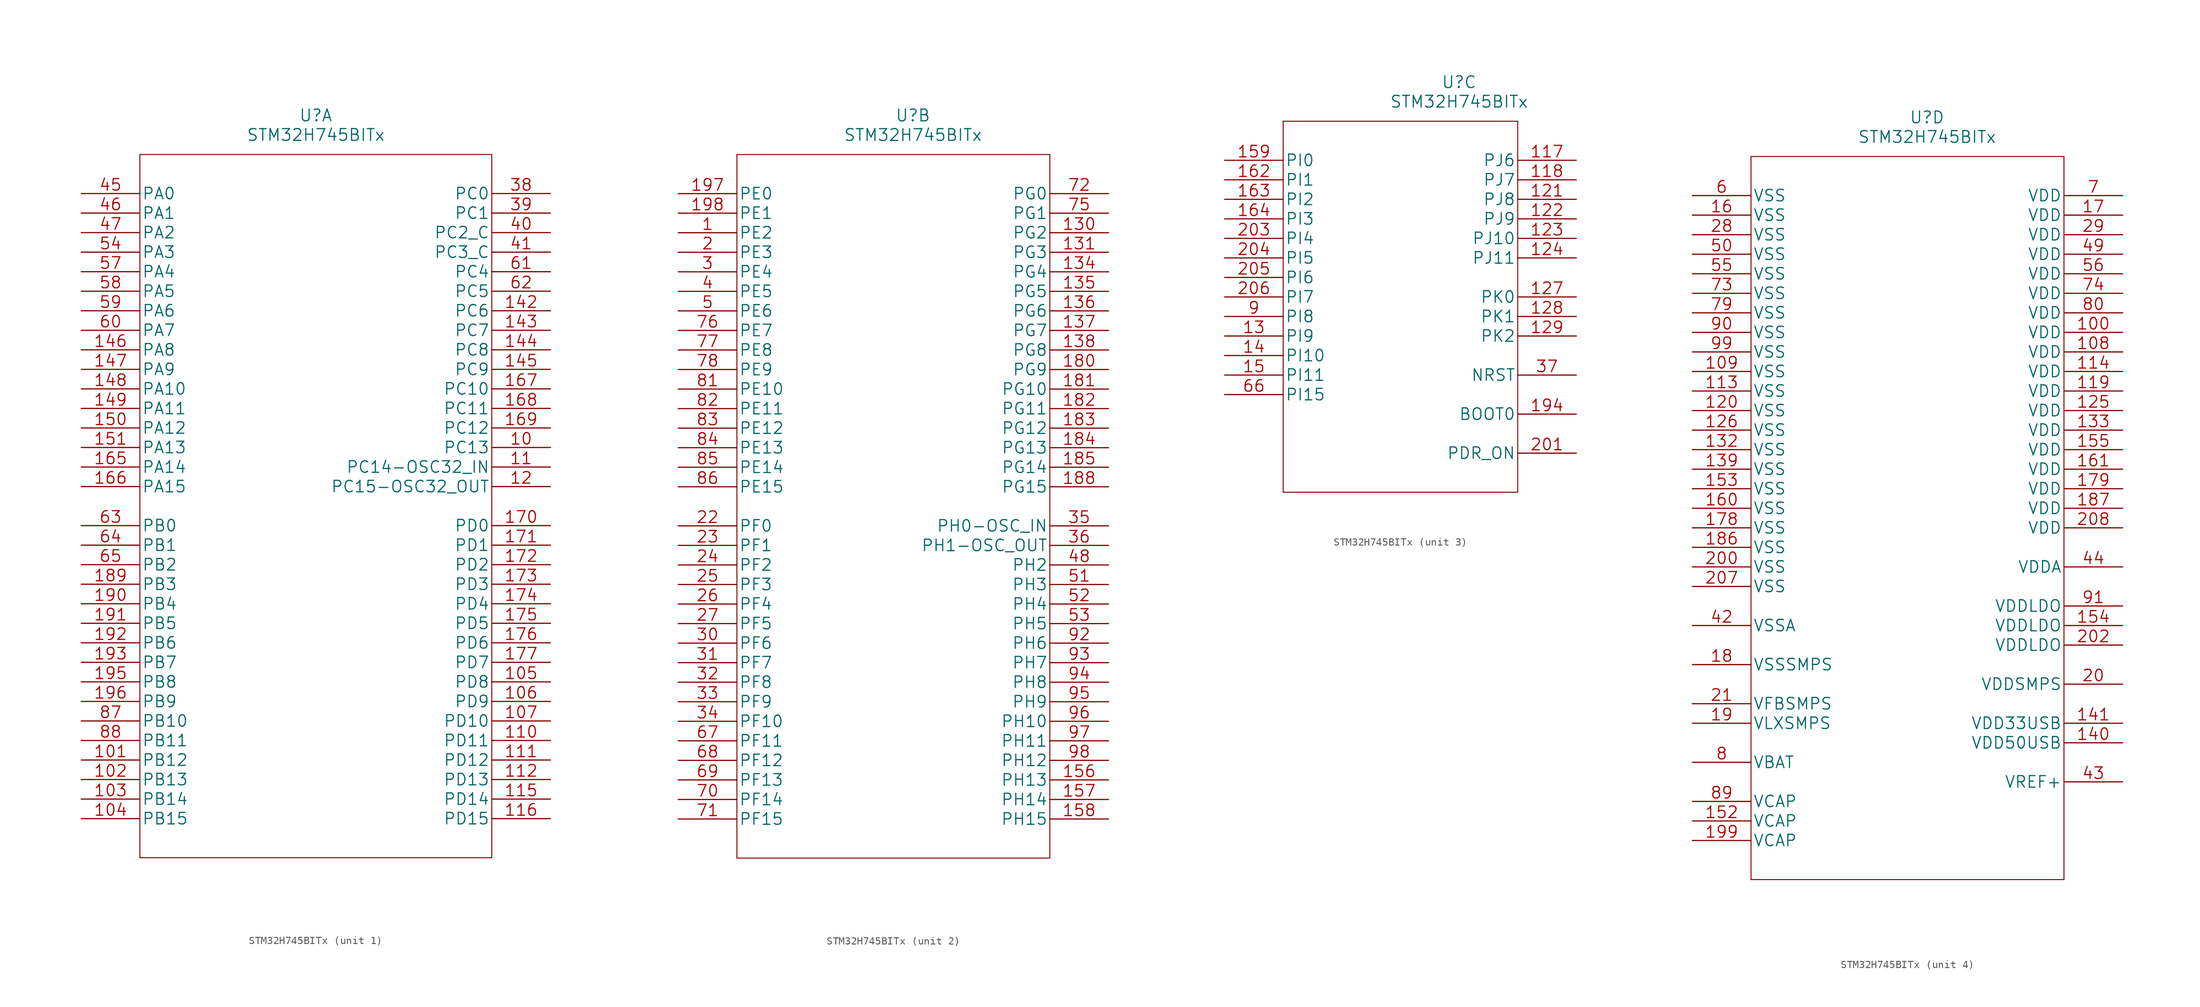
<source format=kicad_sym>
(kicad_symbol_lib
  (version 20211014)
  (generator kicad_symbol_editor)
  (symbol "STM32H745BITx"
    (pin_names
      (offset 0.254))
    (property "Reference" "U"
      (at 30.48 10.16 0)
      (effects (font (size 1.524 1.524))))
    (property "Value" "STM32H745BITx"
      (at 30.48 7.62 0)
      (effects (font (size 1.524 1.524))))
    (property "Datasheet" ""
      (at 0 0 0)
      (effects (font (size 1.524 1.524))))
    (symbol "STM32H745BITx_1_1"
      (polyline (pts (xy 7.62 -86.36) (xy 53.34 -86.36)) (stroke (width 0.127) (type default) (color 0 0 0 0)) (fill (type none)))
      (polyline (pts (xy 7.62 5.08) (xy 7.62 -86.36)) (stroke (width 0.127) (type default) (color 0 0 0 0)) (fill (type none)))
      (polyline (pts (xy 53.34 -86.36) (xy 53.34 5.08)) (stroke (width 0.127) (type default) (color 0 0 0 0)) (fill (type none)))
      (polyline (pts (xy 53.34 5.08) (xy 7.62 5.08)) (stroke (width 0.127) (type default) (color 0 0 0 0)) (fill (type none)))
      (pin bidirectional line (at 60.96 -33.02 180) (length 7.62) (name "PC13" (effects (font (size 1.499 1.499)))) (number "10" (effects (font (size 1.499 1.499)))))
      (pin bidirectional line (at 0 -73.66 0) (length 7.62) (name "PB12" (effects (font (size 1.499 1.499)))) (number "101" (effects (font (size 1.499 1.499)))))
      (pin bidirectional line (at 0 -76.2 0) (length 7.62) (name "PB13" (effects (font (size 1.499 1.499)))) (number "102" (effects (font (size 1.499 1.499)))))
      (pin bidirectional line (at 0 -78.74 0) (length 7.62) (name "PB14" (effects (font (size 1.499 1.499)))) (number "103" (effects (font (size 1.499 1.499)))))
      (pin bidirectional line (at 0 -81.28 0) (length 7.62) (name "PB15" (effects (font (size 1.499 1.499)))) (number "104" (effects (font (size 1.499 1.499)))))
      (pin bidirectional line (at 60.96 -63.5 180) (length 7.62) (name "PD8" (effects (font (size 1.499 1.499)))) (number "105" (effects (font (size 1.499 1.499)))))
      (pin bidirectional line (at 60.96 -66.04 180) (length 7.62) (name "PD9" (effects (font (size 1.499 1.499)))) (number "106" (effects (font (size 1.499 1.499)))))
      (pin bidirectional line (at 60.96 -68.58 180) (length 7.62) (name "PD10" (effects (font (size 1.499 1.499)))) (number "107" (effects (font (size 1.499 1.499)))))
      (pin bidirectional line (at 60.96 -35.56 180) (length 7.62) (name "PC14-OSC32_IN" (effects (font (size 1.499 1.499)))) (number "11" (effects (font (size 1.499 1.499)))))
      (pin bidirectional line (at 60.96 -71.12 180) (length 7.62) (name "PD11" (effects (font (size 1.499 1.499)))) (number "110" (effects (font (size 1.499 1.499)))))
      (pin bidirectional line (at 60.96 -73.66 180) (length 7.62) (name "PD12" (effects (font (size 1.499 1.499)))) (number "111" (effects (font (size 1.499 1.499)))))
      (pin bidirectional line (at 60.96 -76.2 180) (length 7.62) (name "PD13" (effects (font (size 1.499 1.499)))) (number "112" (effects (font (size 1.499 1.499)))))
      (pin bidirectional line (at 60.96 -78.74 180) (length 7.62) (name "PD14" (effects (font (size 1.499 1.499)))) (number "115" (effects (font (size 1.499 1.499)))))
      (pin bidirectional line (at 60.96 -81.28 180) (length 7.62) (name "PD15" (effects (font (size 1.499 1.499)))) (number "116" (effects (font (size 1.499 1.499)))))
      (pin bidirectional line (at 60.96 -38.1 180) (length 7.62) (name "PC15-OSC32_OUT" (effects (font (size 1.499 1.499)))) (number "12" (effects (font (size 1.499 1.499)))))
      (pin bidirectional line (at 60.96 -15.24 180) (length 7.62) (name "PC6" (effects (font (size 1.499 1.499)))) (number "142" (effects (font (size 1.499 1.499)))))
      (pin bidirectional line (at 60.96 -17.78 180) (length 7.62) (name "PC7" (effects (font (size 1.499 1.499)))) (number "143" (effects (font (size 1.499 1.499)))))
      (pin bidirectional line (at 60.96 -20.32 180) (length 7.62) (name "PC8" (effects (font (size 1.499 1.499)))) (number "144" (effects (font (size 1.499 1.499)))))
      (pin bidirectional line (at 60.96 -22.86 180) (length 7.62) (name "PC9" (effects (font (size 1.499 1.499)))) (number "145" (effects (font (size 1.499 1.499)))))
      (pin bidirectional line (at 0 -20.32 0) (length 7.62) (name "PA8" (effects (font (size 1.499 1.499)))) (number "146" (effects (font (size 1.499 1.499)))))
      (pin bidirectional line (at 0 -22.86 0) (length 7.62) (name "PA9" (effects (font (size 1.499 1.499)))) (number "147" (effects (font (size 1.499 1.499)))))
      (pin bidirectional line (at 0 -25.4 0) (length 7.62) (name "PA10" (effects (font (size 1.499 1.499)))) (number "148" (effects (font (size 1.499 1.499)))))
      (pin bidirectional line (at 0 -27.94 0) (length 7.62) (name "PA11" (effects (font (size 1.499 1.499)))) (number "149" (effects (font (size 1.499 1.499)))))
      (pin bidirectional line (at 0 -30.48 0) (length 7.62) (name "PA12" (effects (font (size 1.499 1.499)))) (number "150" (effects (font (size 1.499 1.499)))))
      (pin bidirectional line (at 0 -33.02 0) (length 7.62) (name "PA13" (effects (font (size 1.499 1.499)))) (number "151" (effects (font (size 1.499 1.499)))))
      (pin bidirectional line (at 0 -35.56 0) (length 7.62) (name "PA14" (effects (font (size 1.499 1.499)))) (number "165" (effects (font (size 1.499 1.499)))))
      (pin bidirectional line (at 0 -38.1 0) (length 7.62) (name "PA15" (effects (font (size 1.499 1.499)))) (number "166" (effects (font (size 1.499 1.499)))))
      (pin bidirectional line (at 60.96 -25.4 180) (length 7.62) (name "PC10" (effects (font (size 1.499 1.499)))) (number "167" (effects (font (size 1.499 1.499)))))
      (pin bidirectional line (at 60.96 -27.94 180) (length 7.62) (name "PC11" (effects (font (size 1.499 1.499)))) (number "168" (effects (font (size 1.499 1.499)))))
      (pin bidirectional line (at 60.96 -30.48 180) (length 7.62) (name "PC12" (effects (font (size 1.499 1.499)))) (number "169" (effects (font (size 1.499 1.499)))))
      (pin bidirectional line (at 60.96 -43.18 180) (length 7.62) (name "PD0" (effects (font (size 1.499 1.499)))) (number "170" (effects (font (size 1.499 1.499)))))
      (pin bidirectional line (at 60.96 -45.72 180) (length 7.62) (name "PD1" (effects (font (size 1.499 1.499)))) (number "171" (effects (font (size 1.499 1.499)))))
      (pin bidirectional line (at 60.96 -48.26 180) (length 7.62) (name "PD2" (effects (font (size 1.499 1.499)))) (number "172" (effects (font (size 1.499 1.499)))))
      (pin bidirectional line (at 60.96 -50.8 180) (length 7.62) (name "PD3" (effects (font (size 1.499 1.499)))) (number "173" (effects (font (size 1.499 1.499)))))
      (pin bidirectional line (at 60.96 -53.34 180) (length 7.62) (name "PD4" (effects (font (size 1.499 1.499)))) (number "174" (effects (font (size 1.499 1.499)))))
      (pin bidirectional line (at 60.96 -55.88 180) (length 7.62) (name "PD5" (effects (font (size 1.499 1.499)))) (number "175" (effects (font (size 1.499 1.499)))))
      (pin bidirectional line (at 60.96 -58.42 180) (length 7.62) (name "PD6" (effects (font (size 1.499 1.499)))) (number "176" (effects (font (size 1.499 1.499)))))
      (pin bidirectional line (at 60.96 -60.96 180) (length 7.62) (name "PD7" (effects (font (size 1.499 1.499)))) (number "177" (effects (font (size 1.499 1.499)))))
      (pin bidirectional line (at 0 -50.8 0) (length 7.62) (name "PB3" (effects (font (size 1.499 1.499)))) (number "189" (effects (font (size 1.499 1.499)))))
      (pin bidirectional line (at 0 -53.34 0) (length 7.62) (name "PB4" (effects (font (size 1.499 1.499)))) (number "190" (effects (font (size 1.499 1.499)))))
      (pin bidirectional line (at 0 -55.88 0) (length 7.62) (name "PB5" (effects (font (size 1.499 1.499)))) (number "191" (effects (font (size 1.499 1.499)))))
      (pin bidirectional line (at 0 -58.42 0) (length 7.62) (name "PB6" (effects (font (size 1.499 1.499)))) (number "192" (effects (font (size 1.499 1.499)))))
      (pin bidirectional line (at 0 -60.96 0) (length 7.62) (name "PB7" (effects (font (size 1.499 1.499)))) (number "193" (effects (font (size 1.499 1.499)))))
      (pin bidirectional line (at 0 -63.5 0) (length 7.62) (name "PB8" (effects (font (size 1.499 1.499)))) (number "195" (effects (font (size 1.499 1.499)))))
      (pin bidirectional line (at 0 -66.04 0) (length 7.62) (name "PB9" (effects (font (size 1.499 1.499)))) (number "196" (effects (font (size 1.499 1.499)))))
      (pin bidirectional line (at 60.96 0 180) (length 7.62) (name "PC0" (effects (font (size 1.499 1.499)))) (number "38" (effects (font (size 1.499 1.499)))))
      (pin bidirectional line (at 60.96 -2.54 180) (length 7.62) (name "PC1" (effects (font (size 1.499 1.499)))) (number "39" (effects (font (size 1.499 1.499)))))
      (pin bidirectional line (at 60.96 -5.08 180) (length 7.62) (name "PC2_C" (effects (font (size 1.499 1.499)))) (number "40" (effects (font (size 1.499 1.499)))))
      (pin bidirectional line (at 60.96 -7.62 180) (length 7.62) (name "PC3_C" (effects (font (size 1.499 1.499)))) (number "41" (effects (font (size 1.499 1.499)))))
      (pin bidirectional line (at 0 0 0) (length 7.62) (name "PA0" (effects (font (size 1.499 1.499)))) (number "45" (effects (font (size 1.499 1.499)))))
      (pin bidirectional line (at 0 -2.54 0) (length 7.62) (name "PA1" (effects (font (size 1.499 1.499)))) (number "46" (effects (font (size 1.499 1.499)))))
      (pin bidirectional line (at 0 -5.08 0) (length 7.62) (name "PA2" (effects (font (size 1.499 1.499)))) (number "47" (effects (font (size 1.499 1.499)))))
      (pin bidirectional line (at 0 -7.62 0) (length 7.62) (name "PA3" (effects (font (size 1.499 1.499)))) (number "54" (effects (font (size 1.499 1.499)))))
      (pin bidirectional line (at 0 -10.16 0) (length 7.62) (name "PA4" (effects (font (size 1.499 1.499)))) (number "57" (effects (font (size 1.499 1.499)))))
      (pin bidirectional line (at 0 -12.7 0) (length 7.62) (name "PA5" (effects (font (size 1.499 1.499)))) (number "58" (effects (font (size 1.499 1.499)))))
      (pin bidirectional line (at 0 -15.24 0) (length 7.62) (name "PA6" (effects (font (size 1.499 1.499)))) (number "59" (effects (font (size 1.499 1.499)))))
      (pin bidirectional line (at 0 -17.78 0) (length 7.62) (name "PA7" (effects (font (size 1.499 1.499)))) (number "60" (effects (font (size 1.499 1.499)))))
      (pin bidirectional line (at 60.96 -10.16 180) (length 7.62) (name "PC4" (effects (font (size 1.499 1.499)))) (number "61" (effects (font (size 1.499 1.499)))))
      (pin bidirectional line (at 60.96 -12.7 180) (length 7.62) (name "PC5" (effects (font (size 1.499 1.499)))) (number "62" (effects (font (size 1.499 1.499)))))
      (pin bidirectional line (at 0 -43.18 0) (length 7.62) (name "PB0" (effects (font (size 1.499 1.499)))) (number "63" (effects (font (size 1.499 1.499)))))
      (pin bidirectional line (at 0 -45.72 0) (length 7.62) (name "PB1" (effects (font (size 1.499 1.499)))) (number "64" (effects (font (size 1.499 1.499)))))
      (pin bidirectional line (at 0 -48.26 0) (length 7.62) (name "PB2" (effects (font (size 1.499 1.499)))) (number "65" (effects (font (size 1.499 1.499)))))
      (pin bidirectional line (at 0 -68.58 0) (length 7.62) (name "PB10" (effects (font (size 1.499 1.499)))) (number "87" (effects (font (size 1.499 1.499)))))
      (pin bidirectional line (at 0 -71.12 0) (length 7.62) (name "PB11" (effects (font (size 1.499 1.499)))) (number "88" (effects (font (size 1.499 1.499))))))
    (symbol "STM32H745BITx_2_1"
      (polyline (pts (xy 7.62 -86.36) (xy 48.26 -86.36)) (stroke (width 0.127) (type default) (color 0 0 0 0)) (fill (type none)))
      (polyline (pts (xy 7.62 5.08) (xy 7.62 -86.36)) (stroke (width 0.127) (type default) (color 0 0 0 0)) (fill (type none)))
      (polyline (pts (xy 48.26 -86.36) (xy 48.26 5.08)) (stroke (width 0.127) (type default) (color 0 0 0 0)) (fill (type none)))
      (polyline (pts (xy 48.26 5.08) (xy 7.62 5.08)) (stroke (width 0.127) (type default) (color 0 0 0 0)) (fill (type none)))
      (pin bidirectional line (at 0 -5.08 0) (length 7.62) (name "PE2" (effects (font (size 1.499 1.499)))) (number "1" (effects (font (size 1.499 1.499)))))
      (pin bidirectional line (at 55.88 -5.08 180) (length 7.62) (name "PG2" (effects (font (size 1.499 1.499)))) (number "130" (effects (font (size 1.499 1.499)))))
      (pin bidirectional line (at 55.88 -7.62 180) (length 7.62) (name "PG3" (effects (font (size 1.499 1.499)))) (number "131" (effects (font (size 1.499 1.499)))))
      (pin bidirectional line (at 55.88 -10.16 180) (length 7.62) (name "PG4" (effects (font (size 1.499 1.499)))) (number "134" (effects (font (size 1.499 1.499)))))
      (pin bidirectional line (at 55.88 -12.7 180) (length 7.62) (name "PG5" (effects (font (size 1.499 1.499)))) (number "135" (effects (font (size 1.499 1.499)))))
      (pin bidirectional line (at 55.88 -15.24 180) (length 7.62) (name "PG6" (effects (font (size 1.499 1.499)))) (number "136" (effects (font (size 1.499 1.499)))))
      (pin bidirectional line (at 55.88 -17.78 180) (length 7.62) (name "PG7" (effects (font (size 1.499 1.499)))) (number "137" (effects (font (size 1.499 1.499)))))
      (pin bidirectional line (at 55.88 -20.32 180) (length 7.62) (name "PG8" (effects (font (size 1.499 1.499)))) (number "138" (effects (font (size 1.499 1.499)))))
      (pin bidirectional line (at 55.88 -76.2 180) (length 7.62) (name "PH13" (effects (font (size 1.499 1.499)))) (number "156" (effects (font (size 1.499 1.499)))))
      (pin bidirectional line (at 55.88 -78.74 180) (length 7.62) (name "PH14" (effects (font (size 1.499 1.499)))) (number "157" (effects (font (size 1.499 1.499)))))
      (pin bidirectional line (at 55.88 -81.28 180) (length 7.62) (name "PH15" (effects (font (size 1.499 1.499)))) (number "158" (effects (font (size 1.499 1.499)))))
      (pin bidirectional line (at 55.88 -22.86 180) (length 7.62) (name "PG9" (effects (font (size 1.499 1.499)))) (number "180" (effects (font (size 1.499 1.499)))))
      (pin bidirectional line (at 55.88 -25.4 180) (length 7.62) (name "PG10" (effects (font (size 1.499 1.499)))) (number "181" (effects (font (size 1.499 1.499)))))
      (pin bidirectional line (at 55.88 -27.94 180) (length 7.62) (name "PG11" (effects (font (size 1.499 1.499)))) (number "182" (effects (font (size 1.499 1.499)))))
      (pin bidirectional line (at 55.88 -30.48 180) (length 7.62) (name "PG12" (effects (font (size 1.499 1.499)))) (number "183" (effects (font (size 1.499 1.499)))))
      (pin bidirectional line (at 55.88 -33.02 180) (length 7.62) (name "PG13" (effects (font (size 1.499 1.499)))) (number "184" (effects (font (size 1.499 1.499)))))
      (pin bidirectional line (at 55.88 -35.56 180) (length 7.62) (name "PG14" (effects (font (size 1.499 1.499)))) (number "185" (effects (font (size 1.499 1.499)))))
      (pin bidirectional line (at 55.88 -38.1 180) (length 7.62) (name "PG15" (effects (font (size 1.499 1.499)))) (number "188" (effects (font (size 1.499 1.499)))))
      (pin bidirectional line (at 0 0 0) (length 7.62) (name "PE0" (effects (font (size 1.499 1.499)))) (number "197" (effects (font (size 1.499 1.499)))))
      (pin bidirectional line (at 0 -2.54 0) (length 7.62) (name "PE1" (effects (font (size 1.499 1.499)))) (number "198" (effects (font (size 1.499 1.499)))))
      (pin bidirectional line (at 0 -7.62 0) (length 7.62) (name "PE3" (effects (font (size 1.499 1.499)))) (number "2" (effects (font (size 1.499 1.499)))))
      (pin bidirectional line (at 0 -43.18 0) (length 7.62) (name "PF0" (effects (font (size 1.499 1.499)))) (number "22" (effects (font (size 1.499 1.499)))))
      (pin bidirectional line (at 0 -45.72 0) (length 7.62) (name "PF1" (effects (font (size 1.499 1.499)))) (number "23" (effects (font (size 1.499 1.499)))))
      (pin bidirectional line (at 0 -48.26 0) (length 7.62) (name "PF2" (effects (font (size 1.499 1.499)))) (number "24" (effects (font (size 1.499 1.499)))))
      (pin bidirectional line (at 0 -50.8 0) (length 7.62) (name "PF3" (effects (font (size 1.499 1.499)))) (number "25" (effects (font (size 1.499 1.499)))))
      (pin bidirectional line (at 0 -53.34 0) (length 7.62) (name "PF4" (effects (font (size 1.499 1.499)))) (number "26" (effects (font (size 1.499 1.499)))))
      (pin bidirectional line (at 0 -55.88 0) (length 7.62) (name "PF5" (effects (font (size 1.499 1.499)))) (number "27" (effects (font (size 1.499 1.499)))))
      (pin bidirectional line (at 0 -10.16 0) (length 7.62) (name "PE4" (effects (font (size 1.499 1.499)))) (number "3" (effects (font (size 1.499 1.499)))))
      (pin bidirectional line (at 0 -58.42 0) (length 7.62) (name "PF6" (effects (font (size 1.499 1.499)))) (number "30" (effects (font (size 1.499 1.499)))))
      (pin bidirectional line (at 0 -60.96 0) (length 7.62) (name "PF7" (effects (font (size 1.499 1.499)))) (number "31" (effects (font (size 1.499 1.499)))))
      (pin bidirectional line (at 0 -63.5 0) (length 7.62) (name "PF8" (effects (font (size 1.499 1.499)))) (number "32" (effects (font (size 1.499 1.499)))))
      (pin bidirectional line (at 0 -66.04 0) (length 7.62) (name "PF9" (effects (font (size 1.499 1.499)))) (number "33" (effects (font (size 1.499 1.499)))))
      (pin bidirectional line (at 0 -68.58 0) (length 7.62) (name "PF10" (effects (font (size 1.499 1.499)))) (number "34" (effects (font (size 1.499 1.499)))))
      (pin bidirectional line (at 55.88 -43.18 180) (length 7.62) (name "PH0-OSC_IN" (effects (font (size 1.499 1.499)))) (number "35" (effects (font (size 1.499 1.499)))))
      (pin bidirectional line (at 55.88 -45.72 180) (length 7.62) (name "PH1-OSC_OUT" (effects (font (size 1.499 1.499)))) (number "36" (effects (font (size 1.499 1.499)))))
      (pin bidirectional line (at 0 -12.7 0) (length 7.62) (name "PE5" (effects (font (size 1.499 1.499)))) (number "4" (effects (font (size 1.499 1.499)))))
      (pin bidirectional line (at 55.88 -48.26 180) (length 7.62) (name "PH2" (effects (font (size 1.499 1.499)))) (number "48" (effects (font (size 1.499 1.499)))))
      (pin bidirectional line (at 0 -15.24 0) (length 7.62) (name "PE6" (effects (font (size 1.499 1.499)))) (number "5" (effects (font (size 1.499 1.499)))))
      (pin bidirectional line (at 55.88 -50.8 180) (length 7.62) (name "PH3" (effects (font (size 1.499 1.499)))) (number "51" (effects (font (size 1.499 1.499)))))
      (pin bidirectional line (at 55.88 -53.34 180) (length 7.62) (name "PH4" (effects (font (size 1.499 1.499)))) (number "52" (effects (font (size 1.499 1.499)))))
      (pin bidirectional line (at 55.88 -55.88 180) (length 7.62) (name "PH5" (effects (font (size 1.499 1.499)))) (number "53" (effects (font (size 1.499 1.499)))))
      (pin bidirectional line (at 0 -71.12 0) (length 7.62) (name "PF11" (effects (font (size 1.499 1.499)))) (number "67" (effects (font (size 1.499 1.499)))))
      (pin bidirectional line (at 0 -73.66 0) (length 7.62) (name "PF12" (effects (font (size 1.499 1.499)))) (number "68" (effects (font (size 1.499 1.499)))))
      (pin bidirectional line (at 0 -76.2 0) (length 7.62) (name "PF13" (effects (font (size 1.499 1.499)))) (number "69" (effects (font (size 1.499 1.499)))))
      (pin bidirectional line (at 0 -78.74 0) (length 7.62) (name "PF14" (effects (font (size 1.499 1.499)))) (number "70" (effects (font (size 1.499 1.499)))))
      (pin bidirectional line (at 0 -81.28 0) (length 7.62) (name "PF15" (effects (font (size 1.499 1.499)))) (number "71" (effects (font (size 1.499 1.499)))))
      (pin bidirectional line (at 55.88 0 180) (length 7.62) (name "PG0" (effects (font (size 1.499 1.499)))) (number "72" (effects (font (size 1.499 1.499)))))
      (pin bidirectional line (at 55.88 -2.54 180) (length 7.62) (name "PG1" (effects (font (size 1.499 1.499)))) (number "75" (effects (font (size 1.499 1.499)))))
      (pin bidirectional line (at 0 -17.78 0) (length 7.62) (name "PE7" (effects (font (size 1.499 1.499)))) (number "76" (effects (font (size 1.499 1.499)))))
      (pin bidirectional line (at 0 -20.32 0) (length 7.62) (name "PE8" (effects (font (size 1.499 1.499)))) (number "77" (effects (font (size 1.499 1.499)))))
      (pin bidirectional line (at 0 -22.86 0) (length 7.62) (name "PE9" (effects (font (size 1.499 1.499)))) (number "78" (effects (font (size 1.499 1.499)))))
      (pin bidirectional line (at 0 -25.4 0) (length 7.62) (name "PE10" (effects (font (size 1.499 1.499)))) (number "81" (effects (font (size 1.499 1.499)))))
      (pin bidirectional line (at 0 -27.94 0) (length 7.62) (name "PE11" (effects (font (size 1.499 1.499)))) (number "82" (effects (font (size 1.499 1.499)))))
      (pin bidirectional line (at 0 -30.48 0) (length 7.62) (name "PE12" (effects (font (size 1.499 1.499)))) (number "83" (effects (font (size 1.499 1.499)))))
      (pin bidirectional line (at 0 -33.02 0) (length 7.62) (name "PE13" (effects (font (size 1.499 1.499)))) (number "84" (effects (font (size 1.499 1.499)))))
      (pin bidirectional line (at 0 -35.56 0) (length 7.62) (name "PE14" (effects (font (size 1.499 1.499)))) (number "85" (effects (font (size 1.499 1.499)))))
      (pin bidirectional line (at 0 -38.1 0) (length 7.62) (name "PE15" (effects (font (size 1.499 1.499)))) (number "86" (effects (font (size 1.499 1.499)))))
      (pin bidirectional line (at 55.88 -58.42 180) (length 7.62) (name "PH6" (effects (font (size 1.499 1.499)))) (number "92" (effects (font (size 1.499 1.499)))))
      (pin bidirectional line (at 55.88 -60.96 180) (length 7.62) (name "PH7" (effects (font (size 1.499 1.499)))) (number "93" (effects (font (size 1.499 1.499)))))
      (pin bidirectional line (at 55.88 -63.5 180) (length 7.62) (name "PH8" (effects (font (size 1.499 1.499)))) (number "94" (effects (font (size 1.499 1.499)))))
      (pin bidirectional line (at 55.88 -66.04 180) (length 7.62) (name "PH9" (effects (font (size 1.499 1.499)))) (number "95" (effects (font (size 1.499 1.499)))))
      (pin bidirectional line (at 55.88 -68.58 180) (length 7.62) (name "PH10" (effects (font (size 1.499 1.499)))) (number "96" (effects (font (size 1.499 1.499)))))
      (pin bidirectional line (at 55.88 -71.12 180) (length 7.62) (name "PH11" (effects (font (size 1.499 1.499)))) (number "97" (effects (font (size 1.499 1.499)))))
      (pin bidirectional line (at 55.88 -73.66 180) (length 7.62) (name "PH12" (effects (font (size 1.499 1.499)))) (number "98" (effects (font (size 1.499 1.499))))))
    (symbol "STM32H745BITx_3_1"
      (polyline (pts (xy 7.62 -43.18) (xy 38.1 -43.18)) (stroke (width 0.127) (type default) (color 0 0 0 0)) (fill (type none)))
      (polyline (pts (xy 7.62 5.08) (xy 7.62 -43.18)) (stroke (width 0.127) (type default) (color 0 0 0 0)) (fill (type none)))
      (polyline (pts (xy 38.1 -43.18) (xy 38.1 5.08)) (stroke (width 0.127) (type default) (color 0 0 0 0)) (fill (type none)))
      (polyline (pts (xy 38.1 5.08) (xy 7.62 5.08)) (stroke (width 0.127) (type default) (color 0 0 0 0)) (fill (type none)))
      (pin bidirectional line (at 45.72 0 180) (length 7.62) (name "PJ6" (effects (font (size 1.499 1.499)))) (number "117" (effects (font (size 1.499 1.499)))))
      (pin bidirectional line (at 45.72 -2.54 180) (length 7.62) (name "PJ7" (effects (font (size 1.499 1.499)))) (number "118" (effects (font (size 1.499 1.499)))))
      (pin bidirectional line (at 45.72 -5.08 180) (length 7.62) (name "PJ8" (effects (font (size 1.499 1.499)))) (number "121" (effects (font (size 1.499 1.499)))))
      (pin bidirectional line (at 45.72 -7.62 180) (length 7.62) (name "PJ9" (effects (font (size 1.499 1.499)))) (number "122" (effects (font (size 1.499 1.499)))))
      (pin bidirectional line (at 45.72 -10.16 180) (length 7.62) (name "PJ10" (effects (font (size 1.499 1.499)))) (number "123" (effects (font (size 1.499 1.499)))))
      (pin bidirectional line (at 45.72 -12.7 180) (length 7.62) (name "PJ11" (effects (font (size 1.499 1.499)))) (number "124" (effects (font (size 1.499 1.499)))))
      (pin bidirectional line (at 45.72 -17.78 180) (length 7.62) (name "PK0" (effects (font (size 1.499 1.499)))) (number "127" (effects (font (size 1.499 1.499)))))
      (pin bidirectional line (at 45.72 -20.32 180) (length 7.62) (name "PK1" (effects (font (size 1.499 1.499)))) (number "128" (effects (font (size 1.499 1.499)))))
      (pin bidirectional line (at 45.72 -22.86 180) (length 7.62) (name "PK2" (effects (font (size 1.499 1.499)))) (number "129" (effects (font (size 1.499 1.499)))))
      (pin bidirectional line (at 0 -22.86 0) (length 7.62) (name "PI9" (effects (font (size 1.499 1.499)))) (number "13" (effects (font (size 1.499 1.499)))))
      (pin bidirectional line (at 0 -25.4 0) (length 7.62) (name "PI10" (effects (font (size 1.499 1.499)))) (number "14" (effects (font (size 1.499 1.499)))))
      (pin bidirectional line (at 0 -27.94 0) (length 7.62) (name "PI11" (effects (font (size 1.499 1.499)))) (number "15" (effects (font (size 1.499 1.499)))))
      (pin bidirectional line (at 0 0 0) (length 7.62) (name "PI0" (effects (font (size 1.499 1.499)))) (number "159" (effects (font (size 1.499 1.499)))))
      (pin bidirectional line (at 0 -2.54 0) (length 7.62) (name "PI1" (effects (font (size 1.499 1.499)))) (number "162" (effects (font (size 1.499 1.499)))))
      (pin bidirectional line (at 0 -5.08 0) (length 7.62) (name "PI2" (effects (font (size 1.499 1.499)))) (number "163" (effects (font (size 1.499 1.499)))))
      (pin bidirectional line (at 0 -7.62 0) (length 7.62) (name "PI3" (effects (font (size 1.499 1.499)))) (number "164" (effects (font (size 1.499 1.499)))))
      (pin input line (at 45.72 -33.02 180) (length 7.62) (name "BOOT0" (effects (font (size 1.499 1.499)))) (number "194" (effects (font (size 1.499 1.499)))))
      (pin input line (at 45.72 -38.1 180) (length 7.62) (name "PDR_ON" (effects (font (size 1.499 1.499)))) (number "201" (effects (font (size 1.499 1.499)))))
      (pin bidirectional line (at 0 -10.16 0) (length 7.62) (name "PI4" (effects (font (size 1.499 1.499)))) (number "203" (effects (font (size 1.499 1.499)))))
      (pin bidirectional line (at 0 -12.7 0) (length 7.62) (name "PI5" (effects (font (size 1.499 1.499)))) (number "204" (effects (font (size 1.499 1.499)))))
      (pin bidirectional line (at 0 -15.24 0) (length 7.62) (name "PI6" (effects (font (size 1.499 1.499)))) (number "205" (effects (font (size 1.499 1.499)))))
      (pin bidirectional line (at 0 -17.78 0) (length 7.62) (name "PI7" (effects (font (size 1.499 1.499)))) (number "206" (effects (font (size 1.499 1.499)))))
      (pin input line (at 45.72 -27.94 180) (length 7.62) (name "NRST" (effects (font (size 1.499 1.499)))) (number "37" (effects (font (size 1.499 1.499)))))
      (pin bidirectional line (at 0 -30.48 0) (length 7.62) (name "PI15" (effects (font (size 1.499 1.499)))) (number "66" (effects (font (size 1.499 1.499)))))
      (pin bidirectional line (at 0 -20.32 0) (length 7.62) (name "PI8" (effects (font (size 1.499 1.499)))) (number "9" (effects (font (size 1.499 1.499))))))
    (symbol "STM32H745BITx_4_1"
      (polyline (pts (xy 7.62 -88.9) (xy 48.26 -88.9)) (stroke (width 0.127) (type default) (color 0 0 0 0)) (fill (type none)))
      (polyline (pts (xy 7.62 5.08) (xy 7.62 -88.9)) (stroke (width 0.127) (type default) (color 0 0 0 0)) (fill (type none)))
      (polyline (pts (xy 48.26 -88.9) (xy 48.26 5.08)) (stroke (width 0.127) (type default) (color 0 0 0 0)) (fill (type none)))
      (polyline (pts (xy 48.26 5.08) (xy 7.62 5.08)) (stroke (width 0.127) (type default) (color 0 0 0 0)) (fill (type none)))
      (pin power_in line (at 55.88 -17.78 180) (length 7.62) (name "VDD" (effects (font (size 1.499 1.499)))) (number "100" (effects (font (size 1.499 1.499)))))
      (pin power_in line (at 55.88 -20.32 180) (length 7.62) (name "VDD" (effects (font (size 1.499 1.499)))) (number "108" (effects (font (size 1.499 1.499)))))
      (pin power_in line (at 0 -22.86 0) (length 7.62) (name "VSS" (effects (font (size 1.499 1.499)))) (number "109" (effects (font (size 1.499 1.499)))))
      (pin power_in line (at 0 -25.4 0) (length 7.62) (name "VSS" (effects (font (size 1.499 1.499)))) (number "113" (effects (font (size 1.499 1.499)))))
      (pin power_in line (at 55.88 -22.86 180) (length 7.62) (name "VDD" (effects (font (size 1.499 1.499)))) (number "114" (effects (font (size 1.499 1.499)))))
      (pin power_in line (at 55.88 -25.4 180) (length 7.62) (name "VDD" (effects (font (size 1.499 1.499)))) (number "119" (effects (font (size 1.499 1.499)))))
      (pin power_in line (at 0 -27.94 0) (length 7.62) (name "VSS" (effects (font (size 1.499 1.499)))) (number "120" (effects (font (size 1.499 1.499)))))
      (pin power_in line (at 55.88 -27.94 180) (length 7.62) (name "VDD" (effects (font (size 1.499 1.499)))) (number "125" (effects (font (size 1.499 1.499)))))
      (pin power_in line (at 0 -30.48 0) (length 7.62) (name "VSS" (effects (font (size 1.499 1.499)))) (number "126" (effects (font (size 1.499 1.499)))))
      (pin power_in line (at 0 -33.02 0) (length 7.62) (name "VSS" (effects (font (size 1.499 1.499)))) (number "132" (effects (font (size 1.499 1.499)))))
      (pin power_in line (at 55.88 -30.48 180) (length 7.62) (name "VDD" (effects (font (size 1.499 1.499)))) (number "133" (effects (font (size 1.499 1.499)))))
      (pin power_in line (at 0 -35.56 0) (length 7.62) (name "VSS" (effects (font (size 1.499 1.499)))) (number "139" (effects (font (size 1.499 1.499)))))
      (pin power_in line (at 55.88 -71.12 180) (length 7.62) (name "VDD50USB" (effects (font (size 1.499 1.499)))) (number "140" (effects (font (size 1.499 1.499)))))
      (pin power_in line (at 55.88 -68.58 180) (length 7.62) (name "VDD33USB" (effects (font (size 1.499 1.499)))) (number "141" (effects (font (size 1.499 1.499)))))
      (pin power_in line (at 0 -81.28 0) (length 7.62) (name "VCAP" (effects (font (size 1.499 1.499)))) (number "152" (effects (font (size 1.499 1.499)))))
      (pin power_in line (at 0 -38.1 0) (length 7.62) (name "VSS" (effects (font (size 1.499 1.499)))) (number "153" (effects (font (size 1.499 1.499)))))
      (pin power_in line (at 55.88 -55.88 180) (length 7.62) (name "VDDLDO" (effects (font (size 1.499 1.499)))) (number "154" (effects (font (size 1.499 1.499)))))
      (pin power_in line (at 55.88 -33.02 180) (length 7.62) (name "VDD" (effects (font (size 1.499 1.499)))) (number "155" (effects (font (size 1.499 1.499)))))
      (pin power_in line (at 0 -2.54 0) (length 7.62) (name "VSS" (effects (font (size 1.499 1.499)))) (number "16" (effects (font (size 1.499 1.499)))))
      (pin power_in line (at 0 -40.64 0) (length 7.62) (name "VSS" (effects (font (size 1.499 1.499)))) (number "160" (effects (font (size 1.499 1.499)))))
      (pin power_in line (at 55.88 -35.56 180) (length 7.62) (name "VDD" (effects (font (size 1.499 1.499)))) (number "161" (effects (font (size 1.499 1.499)))))
      (pin power_in line (at 55.88 -2.54 180) (length 7.62) (name "VDD" (effects (font (size 1.499 1.499)))) (number "17" (effects (font (size 1.499 1.499)))))
      (pin power_in line (at 0 -43.18 0) (length 7.62) (name "VSS" (effects (font (size 1.499 1.499)))) (number "178" (effects (font (size 1.499 1.499)))))
      (pin power_in line (at 55.88 -38.1 180) (length 7.62) (name "VDD" (effects (font (size 1.499 1.499)))) (number "179" (effects (font (size 1.499 1.499)))))
      (pin power_in line (at 0 -60.96 0) (length 7.62) (name "VSSSMPS" (effects (font (size 1.499 1.499)))) (number "18" (effects (font (size 1.499 1.499)))))
      (pin power_in line (at 0 -45.72 0) (length 7.62) (name "VSS" (effects (font (size 1.499 1.499)))) (number "186" (effects (font (size 1.499 1.499)))))
      (pin power_in line (at 55.88 -40.64 180) (length 7.62) (name "VDD" (effects (font (size 1.499 1.499)))) (number "187" (effects (font (size 1.499 1.499)))))
      (pin power_in line (at 0 -68.58 0) (length 7.62) (name "VLXSMPS" (effects (font (size 1.499 1.499)))) (number "19" (effects (font (size 1.499 1.499)))))
      (pin power_in line (at 0 -83.82 0) (length 7.62) (name "VCAP" (effects (font (size 1.499 1.499)))) (number "199" (effects (font (size 1.499 1.499)))))
      (pin power_in line (at 55.88 -63.5 180) (length 7.62) (name "VDDSMPS" (effects (font (size 1.499 1.499)))) (number "20" (effects (font (size 1.499 1.499)))))
      (pin power_in line (at 0 -48.26 0) (length 7.62) (name "VSS" (effects (font (size 1.499 1.499)))) (number "200" (effects (font (size 1.499 1.499)))))
      (pin power_in line (at 55.88 -58.42 180) (length 7.62) (name "VDDLDO" (effects (font (size 1.499 1.499)))) (number "202" (effects (font (size 1.499 1.499)))))
      (pin power_in line (at 0 -50.8 0) (length 7.62) (name "VSS" (effects (font (size 1.499 1.499)))) (number "207" (effects (font (size 1.499 1.499)))))
      (pin power_in line (at 55.88 -43.18 180) (length 7.62) (name "VDD" (effects (font (size 1.499 1.499)))) (number "208" (effects (font (size 1.499 1.499)))))
      (pin power_in line (at 0 -66.04 0) (length 7.62) (name "VFBSMPS" (effects (font (size 1.499 1.499)))) (number "21" (effects (font (size 1.499 1.499)))))
      (pin power_in line (at 0 -5.08 0) (length 7.62) (name "VSS" (effects (font (size 1.499 1.499)))) (number "28" (effects (font (size 1.499 1.499)))))
      (pin power_in line (at 55.88 -5.08 180) (length 7.62) (name "VDD" (effects (font (size 1.499 1.499)))) (number "29" (effects (font (size 1.499 1.499)))))
      (pin power_in line (at 0 -55.88 0) (length 7.62) (name "VSSA" (effects (font (size 1.499 1.499)))) (number "42" (effects (font (size 1.499 1.499)))))
      (pin power_in line (at 55.88 -76.2 180) (length 7.62) (name "VREF+" (effects (font (size 1.499 1.499)))) (number "43" (effects (font (size 1.499 1.499)))))
      (pin power_in line (at 55.88 -48.26 180) (length 7.62) (name "VDDA" (effects (font (size 1.499 1.499)))) (number "44" (effects (font (size 1.499 1.499)))))
      (pin power_in line (at 55.88 -7.62 180) (length 7.62) (name "VDD" (effects (font (size 1.499 1.499)))) (number "49" (effects (font (size 1.499 1.499)))))
      (pin power_in line (at 0 -7.62 0) (length 7.62) (name "VSS" (effects (font (size 1.499 1.499)))) (number "50" (effects (font (size 1.499 1.499)))))
      (pin power_in line (at 0 -10.16 0) (length 7.62) (name "VSS" (effects (font (size 1.499 1.499)))) (number "55" (effects (font (size 1.499 1.499)))))
      (pin power_in line (at 55.88 -10.16 180) (length 7.62) (name "VDD" (effects (font (size 1.499 1.499)))) (number "56" (effects (font (size 1.499 1.499)))))
      (pin power_in line (at 0 0 0) (length 7.62) (name "VSS" (effects (font (size 1.499 1.499)))) (number "6" (effects (font (size 1.499 1.499)))))
      (pin power_in line (at 55.88 0 180) (length 7.62) (name "VDD" (effects (font (size 1.499 1.499)))) (number "7" (effects (font (size 1.499 1.499)))))
      (pin power_in line (at 0 -12.7 0) (length 7.62) (name "VSS" (effects (font (size 1.499 1.499)))) (number "73" (effects (font (size 1.499 1.499)))))
      (pin power_in line (at 55.88 -12.7 180) (length 7.62) (name "VDD" (effects (font (size 1.499 1.499)))) (number "74" (effects (font (size 1.499 1.499)))))
      (pin power_in line (at 0 -15.24 0) (length 7.62) (name "VSS" (effects (font (size 1.499 1.499)))) (number "79" (effects (font (size 1.499 1.499)))))
      (pin power_in line (at 0 -73.66 0) (length 7.62) (name "VBAT" (effects (font (size 1.499 1.499)))) (number "8" (effects (font (size 1.499 1.499)))))
      (pin power_in line (at 55.88 -15.24 180) (length 7.62) (name "VDD" (effects (font (size 1.499 1.499)))) (number "80" (effects (font (size 1.499 1.499)))))
      (pin power_in line (at 0 -78.74 0) (length 7.62) (name "VCAP" (effects (font (size 1.499 1.499)))) (number "89" (effects (font (size 1.499 1.499)))))
      (pin power_in line (at 0 -17.78 0) (length 7.62) (name "VSS" (effects (font (size 1.499 1.499)))) (number "90" (effects (font (size 1.499 1.499)))))
      (pin power_in line (at 55.88 -53.34 180) (length 7.62) (name "VDDLDO" (effects (font (size 1.499 1.499)))) (number "91" (effects (font (size 1.499 1.499)))))
      (pin power_in line (at 0 -20.32 0) (length 7.62) (name "VSS" (effects (font (size 1.499 1.499)))) (number "99" (effects (font (size 1.499 1.499))))))))
</source>
